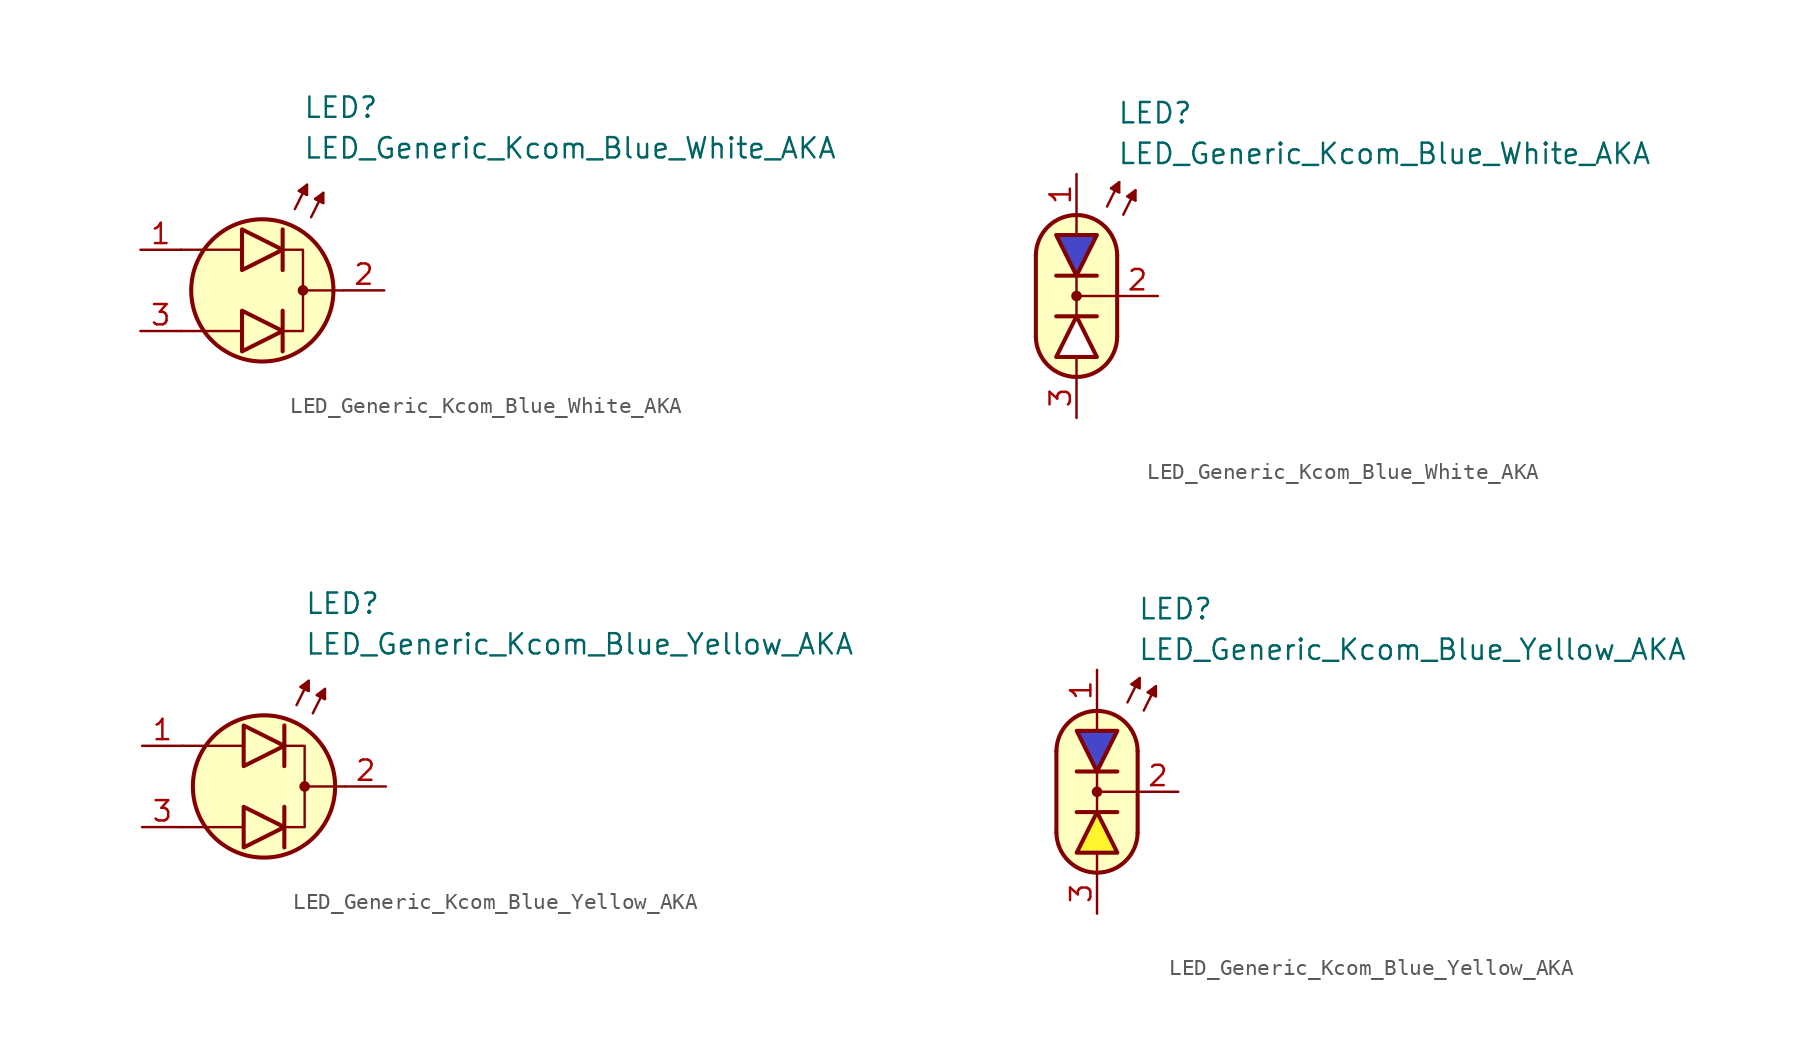
<source format=kicad_sym>
(kicad_symbol_lib
  (version 20231120)
  (generator "kicad_symbol_editor")
  (generator_version "8.0")
  (symbol "LED_Generic_Kcom_Blue_White_AKA"
    (pin_names
      (offset 1.016) hide)
    (property "Reference" "LED"
      (at 2.54 11.43 0)
      (effects (font (size 1.27 1.27)) (justify left)))
    (property "Value" "LED_Generic_Kcom_Blue_White_AKA"
      (at 2.54 8.89 0)
      (effects (font (size 1.27 1.27)) (justify left)))
    (symbol "LED_Generic_Kcom_Blue_White_AKA_0_1"
      (polyline (pts (xy -1.397 -2.54) (xy -5.08 -2.54)) (stroke (width 0.152) (type default)) (fill (type none)))
      (polyline (pts (xy -1.397 2.54) (xy -5.08 2.54)) (stroke (width 0.152) (type default)) (fill (type none)))
      (polyline (pts (xy 1.27 -1.27) (xy 1.27 -3.81)) (stroke (width 0.254) (type default)) (fill (type none)))
      (polyline (pts (xy 1.27 3.81) (xy 1.27 1.27)) (stroke (width 0.254) (type default)) (fill (type none)))
      (polyline (pts (xy 2.032 5.08) (xy 2.794 6.604)) (stroke (width 0.152) (type default)) (fill (type none)))
      (polyline (pts (xy 2.54 6.096) (xy 2.286 6.223)) (stroke (width 0.152) (type default)) (fill (type none)))
      (polyline (pts (xy 2.54 6.096) (xy 2.794 5.969)) (stroke (width 0.152) (type default)) (fill (type none)))
      (polyline (pts (xy 3.048 4.572) (xy 3.81 6.096)) (stroke (width 0.152) (type default)) (fill (type none)))
      (polyline (pts (xy 3.556 5.588) (xy 3.302 5.715)) (stroke (width 0.152) (type default)) (fill (type none)))
      (polyline (pts (xy 3.556 5.588) (xy 3.81 5.461)) (stroke (width 0.152) (type default)) (fill (type none)))
      (polyline (pts (xy 5.08 0) (xy 2.54 0)) (stroke (width 0.152) (type default)) (fill (type none)))
      (polyline (pts (xy -1.27 -1.27) (xy -1.27 -3.81) (xy 1.27 -2.54) (xy -1.27 -1.27)) (stroke (width 0.254) (type default)) (fill (type color) (color 255 255 255 1)))
      (polyline (pts (xy -1.27 3.81) (xy -1.27 1.27) (xy 1.27 2.54) (xy -1.27 3.81)) (stroke (width 0.254) (type default)) (fill (type color) (color 70 70 200 1)))
      (polyline (pts (xy 1.27 2.54) (xy 2.54 2.54) (xy 2.54 -2.54) (xy 1.27 -2.54)) (stroke (width 0.152) (type default)) (fill (type none)))
      (polyline (pts (xy 2.794 5.969) (xy 2.286 6.223) (xy 2.794 6.604) (xy 2.794 5.969)) (stroke (width 0.152) (type default)) (fill (type outline)))
      (polyline (pts (xy 3.81 5.461) (xy 3.302 5.715) (xy 3.81 6.096) (xy 3.81 5.461)) (stroke (width 0.152) (type default)) (fill (type outline)))
      (circle (center 0 0) (radius 4.445) (stroke (width 0.254) (type default)) (fill (type background)))
      (circle (center 2.54 0) (radius 0.254) (stroke (width 0) (type default)) (fill (type outline))))
    (symbol "LED_Generic_Kcom_Blue_White_AKA_0_2"
      (arc (start -2.54 -2.54) (mid 0 -5.0576) (end 2.54 -2.54) (stroke (width 0.254) (type default)) (fill (type none)))
      (polyline (pts (xy -2.54 2.54) (xy -2.54 -2.54)) (stroke (width 0.254) (type default)) (fill (type none)))
      (polyline (pts (xy -1.27 -1.27) (xy 1.27 -1.27)) (stroke (width 0.254) (type default)) (fill (type none)))
      (polyline (pts (xy 0 -5.08) (xy 0 -3.81)) (stroke (width 0) (type default)) (fill (type none)))
      (polyline (pts (xy 0 -1.27) (xy 0 1.27)) (stroke (width 0) (type default)) (fill (type none)))
      (polyline (pts (xy 0 5.08) (xy 0 3.81)) (stroke (width 0) (type default)) (fill (type none)))
      (polyline (pts (xy 1.27 1.27) (xy -1.27 1.27)) (stroke (width 0.254) (type default)) (fill (type none)))
      (polyline (pts (xy 1.905 5.588) (xy 2.667 7.112)) (stroke (width 0.152) (type default)) (fill (type none)))
      (polyline (pts (xy 2.413 6.604) (xy 2.159 6.731)) (stroke (width 0.152) (type default)) (fill (type none)))
      (polyline (pts (xy 2.413 6.604) (xy 2.667 6.477)) (stroke (width 0.152) (type default)) (fill (type none)))
      (polyline (pts (xy 2.54 -2.54) (xy 2.54 2.54)) (stroke (width 0.254) (type default)) (fill (type none)))
      (polyline (pts (xy 2.54 0) (xy 0 0)) (stroke (width 0) (type default)) (fill (type none)))
      (polyline (pts (xy 2.921 5.08) (xy 3.683 6.604)) (stroke (width 0.152) (type default)) (fill (type none)))
      (polyline (pts (xy 3.429 6.096) (xy 3.175 6.223)) (stroke (width 0.152) (type default)) (fill (type none)))
      (polyline (pts (xy 3.429 6.096) (xy 3.683 5.969)) (stroke (width 0.152) (type default)) (fill (type none)))
      (polyline (pts (xy 2.667 6.477) (xy 2.159 6.731) (xy 2.667 7.112) (xy 2.667 6.477)) (stroke (width 0.152) (type default)) (fill (type outline)))
      (polyline (pts (xy 3.683 5.969) (xy 3.175 6.223) (xy 3.683 6.604) (xy 3.683 5.969)) (stroke (width 0.152) (type default)) (fill (type outline)))
      (polyline (pts (xy 0 5.08) (xy 1.016 4.826) (xy 1.778 4.318) (xy 2.286 3.556) (xy 2.54 3.048) (xy 2.54 -2.794) (xy 2.286 -3.556) (xy 1.778 -4.318) (xy 1.016 -4.826) (xy 0.254 -5.08) (xy -0.254 -5.08) (xy -1.016 -4.826) (xy -1.524 -4.572) (xy -2.032 -4.064) (xy -2.286 -3.556) (xy -2.54 -2.794) (xy -2.54 2.794) (xy -2.286 3.556) (xy -2.032 4.064) (xy -1.524 4.572) (xy -1.016 4.826) (xy 0 5.08)) (stroke (width 0.01) (type default)) (fill (type background)))
      (circle (center 0 0) (radius 0.254) (stroke (width 0) (type default)) (fill (type outline)))
      (arc (start 2.54 2.54) (mid 0 5.0576) (end -2.54 2.54) (stroke (width 0.254) (type default)) (fill (type none))))
    (symbol "LED_Generic_Kcom_Blue_White_AKA_1_1"
      (pin passive line (at -7.62 2.54 0) (length 2.54) (name "A1" (effects (font (size 1.27 1.27)))) (number "1" (effects (font (size 1.27 1.27)))))
      (pin passive line (at 7.62 0 180) (length 2.54) (name "K" (effects (font (size 1.27 1.27)))) (number "2" (effects (font (size 1.27 1.27)))))
      (pin passive line (at -7.62 -2.54 0) (length 2.54) (name "A2" (effects (font (size 1.27 1.27)))) (number "3" (effects (font (size 1.27 1.27))))))
    (symbol "LED_Generic_Kcom_Blue_White_AKA_1_2"
      (polyline (pts (xy -1.27 -3.81) (xy 1.27 -3.81) (xy 0 -1.27) (xy -1.27 -3.81)) (stroke (width 0.254) (type default)) (fill (type color) (color 255 255 255 1)))
      (polyline (pts (xy 1.27 3.81) (xy -1.27 3.81) (xy 0 1.27) (xy 1.27 3.81)) (stroke (width 0.254) (type default)) (fill (type color) (color 70 70 200 1)))
      (pin passive line (at 0 7.62 270) (length 2.54) (name "A1" (effects (font (size 1.27 1.27)))) (number "1" (effects (font (size 1.27 1.27)))))
      (pin passive line (at 5.08 0 180) (length 2.54) (name "K" (effects (font (size 1.27 1.27)))) (number "2" (effects (font (size 1.27 1.27)))))
      (pin passive line (at 0 -7.62 90) (length 2.54) (name "A2" (effects (font (size 1.27 1.27)))) (number "3" (effects (font (size 1.27 1.27)))))))
  (symbol "LED_Generic_Kcom_Blue_Yellow_AKA"
    (pin_names
      (offset 1.016) hide)
    (property "Reference" "LED"
      (at 2.54 11.43 0)
      (effects (font (size 1.27 1.27)) (justify left)))
    (property "Value" "LED_Generic_Kcom_Blue_Yellow_AKA"
      (at 2.54 8.89 0)
      (effects (font (size 1.27 1.27)) (justify left)))
    (symbol "LED_Generic_Kcom_Blue_Yellow_AKA_0_1"
      (polyline (pts (xy -1.397 -2.54) (xy -5.08 -2.54)) (stroke (width 0.152) (type default)) (fill (type none)))
      (polyline (pts (xy -1.397 2.54) (xy -5.08 2.54)) (stroke (width 0.152) (type default)) (fill (type none)))
      (polyline (pts (xy 1.27 -1.27) (xy 1.27 -3.81)) (stroke (width 0.254) (type default)) (fill (type none)))
      (polyline (pts (xy 1.27 3.81) (xy 1.27 1.27)) (stroke (width 0.254) (type default)) (fill (type none)))
      (polyline (pts (xy 2.032 5.08) (xy 2.794 6.604)) (stroke (width 0.152) (type default)) (fill (type none)))
      (polyline (pts (xy 2.54 6.096) (xy 2.286 6.223)) (stroke (width 0.152) (type default)) (fill (type none)))
      (polyline (pts (xy 2.54 6.096) (xy 2.794 5.969)) (stroke (width 0.152) (type default)) (fill (type none)))
      (polyline (pts (xy 3.048 4.572) (xy 3.81 6.096)) (stroke (width 0.152) (type default)) (fill (type none)))
      (polyline (pts (xy 3.556 5.588) (xy 3.302 5.715)) (stroke (width 0.152) (type default)) (fill (type none)))
      (polyline (pts (xy 3.556 5.588) (xy 3.81 5.461)) (stroke (width 0.152) (type default)) (fill (type none)))
      (polyline (pts (xy 5.08 0) (xy 2.54 0)) (stroke (width 0.152) (type default)) (fill (type none)))
      (polyline (pts (xy -1.27 -1.27) (xy -1.27 -3.81) (xy 1.27 -2.54) (xy -1.27 -1.27)) (stroke (width 0.254) (type default)) (fill (type color) (color 255 245 45 1)))
      (polyline (pts (xy -1.27 3.81) (xy -1.27 1.27) (xy 1.27 2.54) (xy -1.27 3.81)) (stroke (width 0.254) (type default)) (fill (type color) (color 70 70 200 1)))
      (polyline (pts (xy 1.27 2.54) (xy 2.54 2.54) (xy 2.54 -2.54) (xy 1.27 -2.54)) (stroke (width 0.152) (type default)) (fill (type none)))
      (polyline (pts (xy 2.794 5.969) (xy 2.286 6.223) (xy 2.794 6.604) (xy 2.794 5.969)) (stroke (width 0.152) (type default)) (fill (type outline)))
      (polyline (pts (xy 3.81 5.461) (xy 3.302 5.715) (xy 3.81 6.096) (xy 3.81 5.461)) (stroke (width 0.152) (type default)) (fill (type outline)))
      (circle (center 0 0) (radius 4.445) (stroke (width 0.254) (type default)) (fill (type background)))
      (circle (center 2.54 0) (radius 0.254) (stroke (width 0) (type default)) (fill (type outline))))
    (symbol "LED_Generic_Kcom_Blue_Yellow_AKA_0_2"
      (arc (start -2.54 -2.54) (mid 0 -5.0576) (end 2.54 -2.54) (stroke (width 0.254) (type default)) (fill (type none)))
      (polyline (pts (xy -2.54 2.54) (xy -2.54 -2.54)) (stroke (width 0.254) (type default)) (fill (type none)))
      (polyline (pts (xy -1.27 -1.27) (xy 1.27 -1.27)) (stroke (width 0.254) (type default)) (fill (type none)))
      (polyline (pts (xy 0 -5.08) (xy 0 -3.81)) (stroke (width 0) (type default)) (fill (type none)))
      (polyline (pts (xy 0 -1.27) (xy 0 1.27)) (stroke (width 0) (type default)) (fill (type none)))
      (polyline (pts (xy 0 5.08) (xy 0 3.81)) (stroke (width 0) (type default)) (fill (type none)))
      (polyline (pts (xy 1.27 1.27) (xy -1.27 1.27)) (stroke (width 0.254) (type default)) (fill (type none)))
      (polyline (pts (xy 1.905 5.588) (xy 2.667 7.112)) (stroke (width 0.152) (type default)) (fill (type none)))
      (polyline (pts (xy 2.413 6.604) (xy 2.159 6.731)) (stroke (width 0.152) (type default)) (fill (type none)))
      (polyline (pts (xy 2.413 6.604) (xy 2.667 6.477)) (stroke (width 0.152) (type default)) (fill (type none)))
      (polyline (pts (xy 2.54 -2.54) (xy 2.54 2.54)) (stroke (width 0.254) (type default)) (fill (type none)))
      (polyline (pts (xy 2.54 0) (xy 0 0)) (stroke (width 0) (type default)) (fill (type none)))
      (polyline (pts (xy 2.921 5.08) (xy 3.683 6.604)) (stroke (width 0.152) (type default)) (fill (type none)))
      (polyline (pts (xy 3.429 6.096) (xy 3.175 6.223)) (stroke (width 0.152) (type default)) (fill (type none)))
      (polyline (pts (xy 3.429 6.096) (xy 3.683 5.969)) (stroke (width 0.152) (type default)) (fill (type none)))
      (polyline (pts (xy 2.667 6.477) (xy 2.159 6.731) (xy 2.667 7.112) (xy 2.667 6.477)) (stroke (width 0.152) (type default)) (fill (type outline)))
      (polyline (pts (xy 3.683 5.969) (xy 3.175 6.223) (xy 3.683 6.604) (xy 3.683 5.969)) (stroke (width 0.152) (type default)) (fill (type outline)))
      (polyline (pts (xy 0 5.08) (xy 1.016 4.826) (xy 1.778 4.318) (xy 2.286 3.556) (xy 2.54 3.048) (xy 2.54 -2.794) (xy 2.286 -3.556) (xy 1.778 -4.318) (xy 1.016 -4.826) (xy 0.254 -5.08) (xy -0.254 -5.08) (xy -1.016 -4.826) (xy -1.524 -4.572) (xy -2.032 -4.064) (xy -2.286 -3.556) (xy -2.54 -2.794) (xy -2.54 2.794) (xy -2.286 3.556) (xy -2.032 4.064) (xy -1.524 4.572) (xy -1.016 4.826) (xy 0 5.08)) (stroke (width 0.01) (type default)) (fill (type background)))
      (circle (center 0 0) (radius 0.254) (stroke (width 0) (type default)) (fill (type outline)))
      (arc (start 2.54 2.54) (mid 0 5.0576) (end -2.54 2.54) (stroke (width 0.254) (type default)) (fill (type none))))
    (symbol "LED_Generic_Kcom_Blue_Yellow_AKA_1_1"
      (pin passive line (at -7.62 2.54 0) (length 2.54) (name "A1" (effects (font (size 1.27 1.27)))) (number "1" (effects (font (size 1.27 1.27)))))
      (pin passive line (at 7.62 0 180) (length 2.54) (name "K" (effects (font (size 1.27 1.27)))) (number "2" (effects (font (size 1.27 1.27)))))
      (pin passive line (at -7.62 -2.54 0) (length 2.54) (name "A2" (effects (font (size 1.27 1.27)))) (number "3" (effects (font (size 1.27 1.27))))))
    (symbol "LED_Generic_Kcom_Blue_Yellow_AKA_1_2"
      (polyline (pts (xy -1.27 -3.81) (xy 1.27 -3.81) (xy 0 -1.27) (xy -1.27 -3.81)) (stroke (width 0.254) (type default)) (fill (type color) (color 255 245 45 1)))
      (polyline (pts (xy 1.27 3.81) (xy -1.27 3.81) (xy 0 1.27) (xy 1.27 3.81)) (stroke (width 0.254) (type default)) (fill (type color) (color 70 70 200 1)))
      (pin passive line (at 0 7.62 270) (length 2.54) (name "A1" (effects (font (size 1.27 1.27)))) (number "1" (effects (font (size 1.27 1.27)))))
      (pin passive line (at 5.08 0 180) (length 2.54) (name "K" (effects (font (size 1.27 1.27)))) (number "2" (effects (font (size 1.27 1.27)))))
      (pin passive line (at 0 -7.62 90) (length 2.54) (name "A2" (effects (font (size 1.27 1.27)))) (number "3" (effects (font (size 1.27 1.27))))))))
</source>
